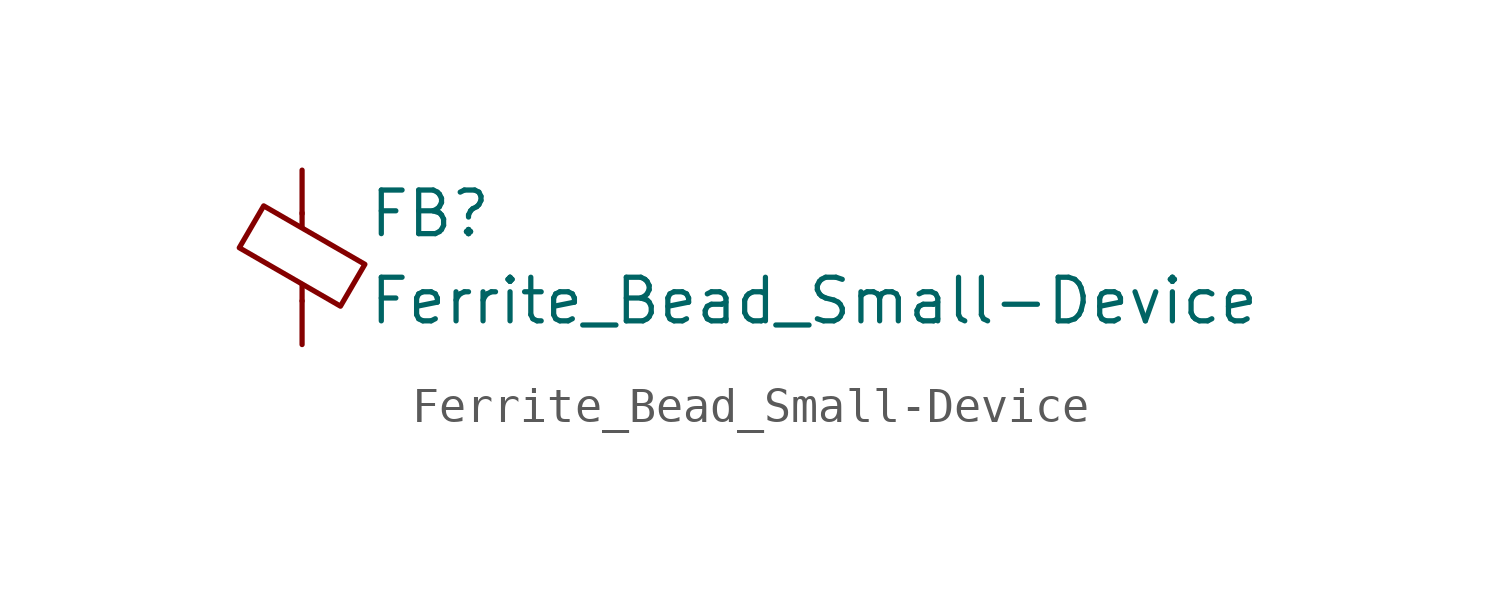
<source format=kicad_sym>
(kicad_symbol_lib
  (version 20211014)
  (generator kicad_symbol_editor)
  (symbol "Ferrite_Bead_Small-Device"
    (pin_numbers hide)
    (pin_names
      (offset 0))
    (property "Reference" "FB"
      (at 1.905 1.27 0)
      (effects (font (size 1.27 1.27)) (justify left)))
    (property "Value" "Ferrite_Bead_Small-Device"
      (at 1.905 -1.27 0)
      (effects (font (size 1.27 1.27)) (justify left)))
    (symbol "Ferrite_Bead_Small-Device_0_1"
      (polyline (pts (xy 0 -1.27) (xy 0 -0.787)) (stroke (width 0) (type default) (color 0 0 0 0)) (fill (type none)))
      (polyline (pts (xy 0 0.889) (xy 0 1.295)) (stroke (width 0) (type default) (color 0 0 0 0)) (fill (type none)))
      (polyline (pts (xy -1.829 0.279) (xy -1.118 1.499) (xy 1.829 -0.203) (xy 1.118 -1.422) (xy -1.829 0.279)) (stroke (width 0) (type default) (color 0 0 0 0)) (fill (type none))))
    (symbol "Ferrite_Bead_Small-Device_1_1"
      (pin passive line (at 0 2.54 270) (length 1.27) (name "~" (effects (font (size 1.27 1.27)))) (number "1" (effects (font (size 1.27 1.27)))))
      (pin passive line (at 0 -2.54 90) (length 1.27) (name "~" (effects (font (size 1.27 1.27)))) (number "2" (effects (font (size 1.27 1.27))))))))
</source>
